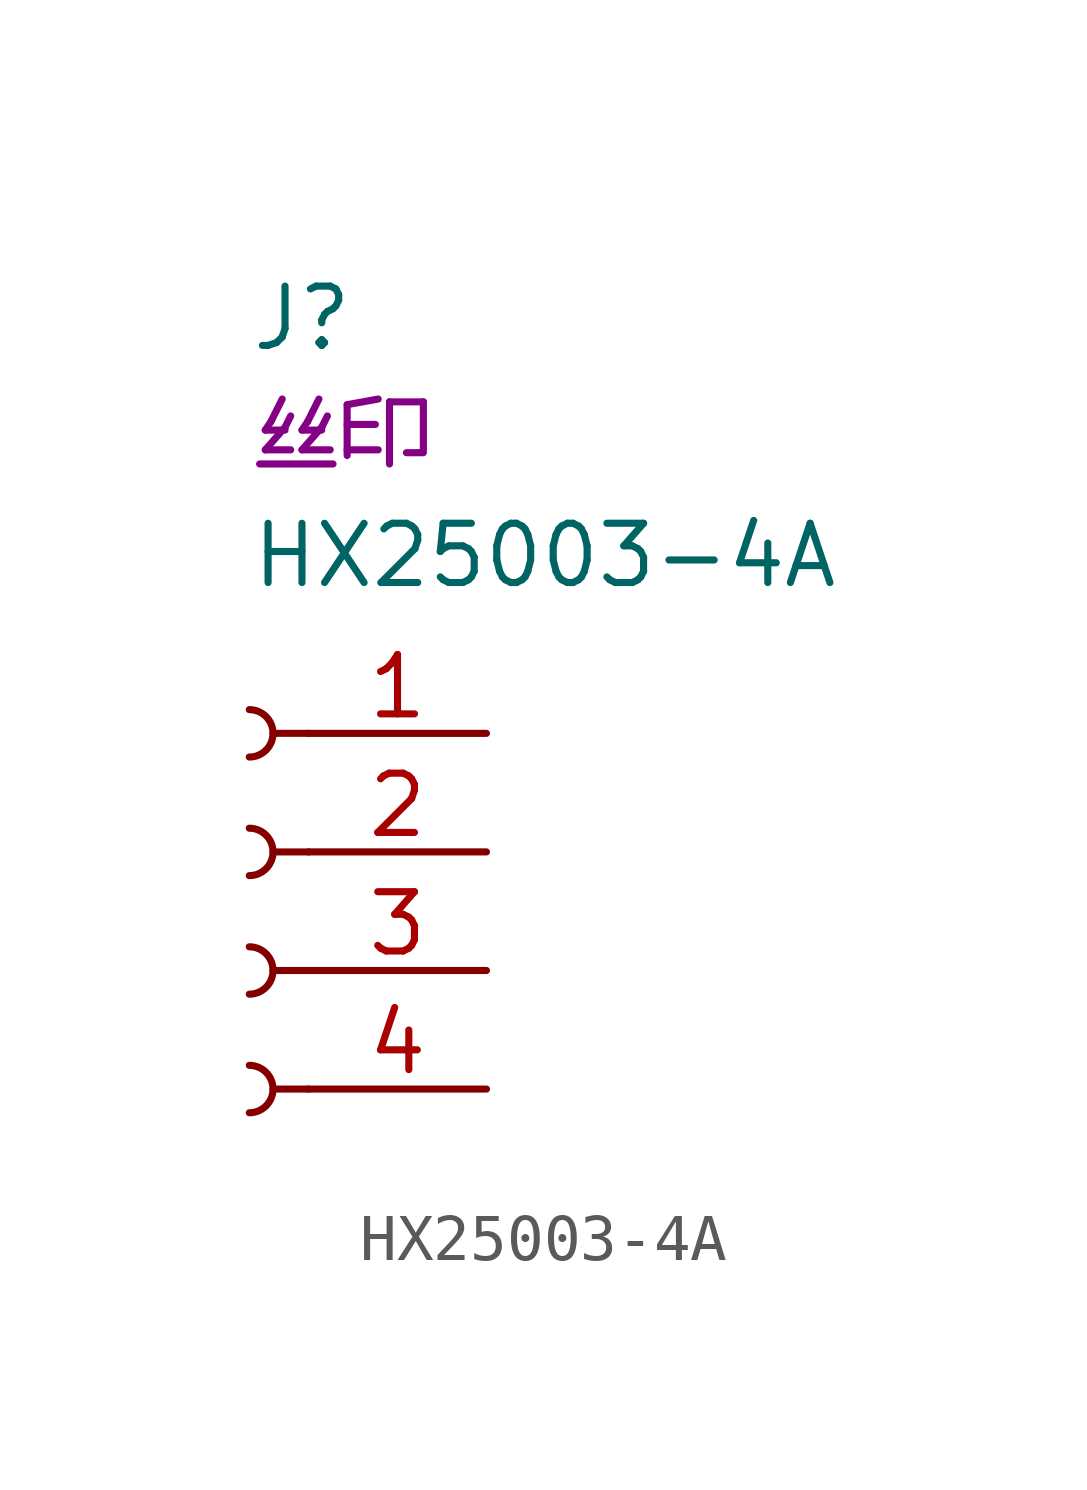
<source format=kicad_sym>
(kicad_symbol_lib
  (version 20220914)
  (generator kicad_symbol_editor)
  (symbol "HX25003-4A"
    (pin_names
      (offset 1.016) hide)
    (property "Reference" "J"
      (at 0 12.7 0)
      (effects (font (size 1.27 1.27)) (justify left)))
    (property "Value" "HX25003-4A"
      (at 0 7.62 0)
      (effects (font (size 1.27 1.27)) (justify left)))
    (property "丝印" "丝印"
      (at 0 10.16 0)
      (effects (font (size 1.27 1.27)) (justify left)))
    (symbol "HX25003-4A_1_1"
      (arc (start 0 -4.318) (mid 0.5058 -3.81) (end 0 -3.302) (stroke (width 0.1524) (type default)) (fill (type none)))
      (arc (start 0 -1.778) (mid 0.5058 -1.27) (end 0 -0.762) (stroke (width 0.1524) (type default)) (fill (type none)))
      (polyline (pts (xy 1.27 -3.81) (xy 0.508 -3.81)) (stroke (width 0.152) (type default)) (fill (type none)))
      (polyline (pts (xy 1.27 -1.27) (xy 0.508 -1.27)) (stroke (width 0.152) (type default)) (fill (type none)))
      (polyline (pts (xy 1.27 1.27) (xy 0.508 1.27)) (stroke (width 0.152) (type default)) (fill (type none)))
      (polyline (pts (xy 1.27 3.81) (xy 0.508 3.81)) (stroke (width 0.152) (type default)) (fill (type none)))
      (arc (start 0 0.762) (mid 0.5058 1.27) (end 0 1.778) (stroke (width 0.1524) (type default)) (fill (type none)))
      (arc (start 0 3.302) (mid 0.5058 3.81) (end 0 4.318) (stroke (width 0.1524) (type default)) (fill (type none)))
      (pin passive line (at 5.08 3.81 180) (length 3.81) (name "Pin_1" (effects (font (size 1.27 1.27)))) (number "1" (effects (font (size 1.27 1.27)))))
      (pin passive line (at 5.08 1.27 180) (length 3.81) (name "Pin_2" (effects (font (size 1.27 1.27)))) (number "2" (effects (font (size 1.27 1.27)))))
      (pin passive line (at 5.08 -1.27 180) (length 3.81) (name "Pin_3" (effects (font (size 1.27 1.27)))) (number "3" (effects (font (size 1.27 1.27)))))
      (pin passive line (at 5.08 -3.81 180) (length 3.81) (name "Pin_4" (effects (font (size 1.27 1.27)))) (number "4" (effects (font (size 1.27 1.27))))))))
</source>
